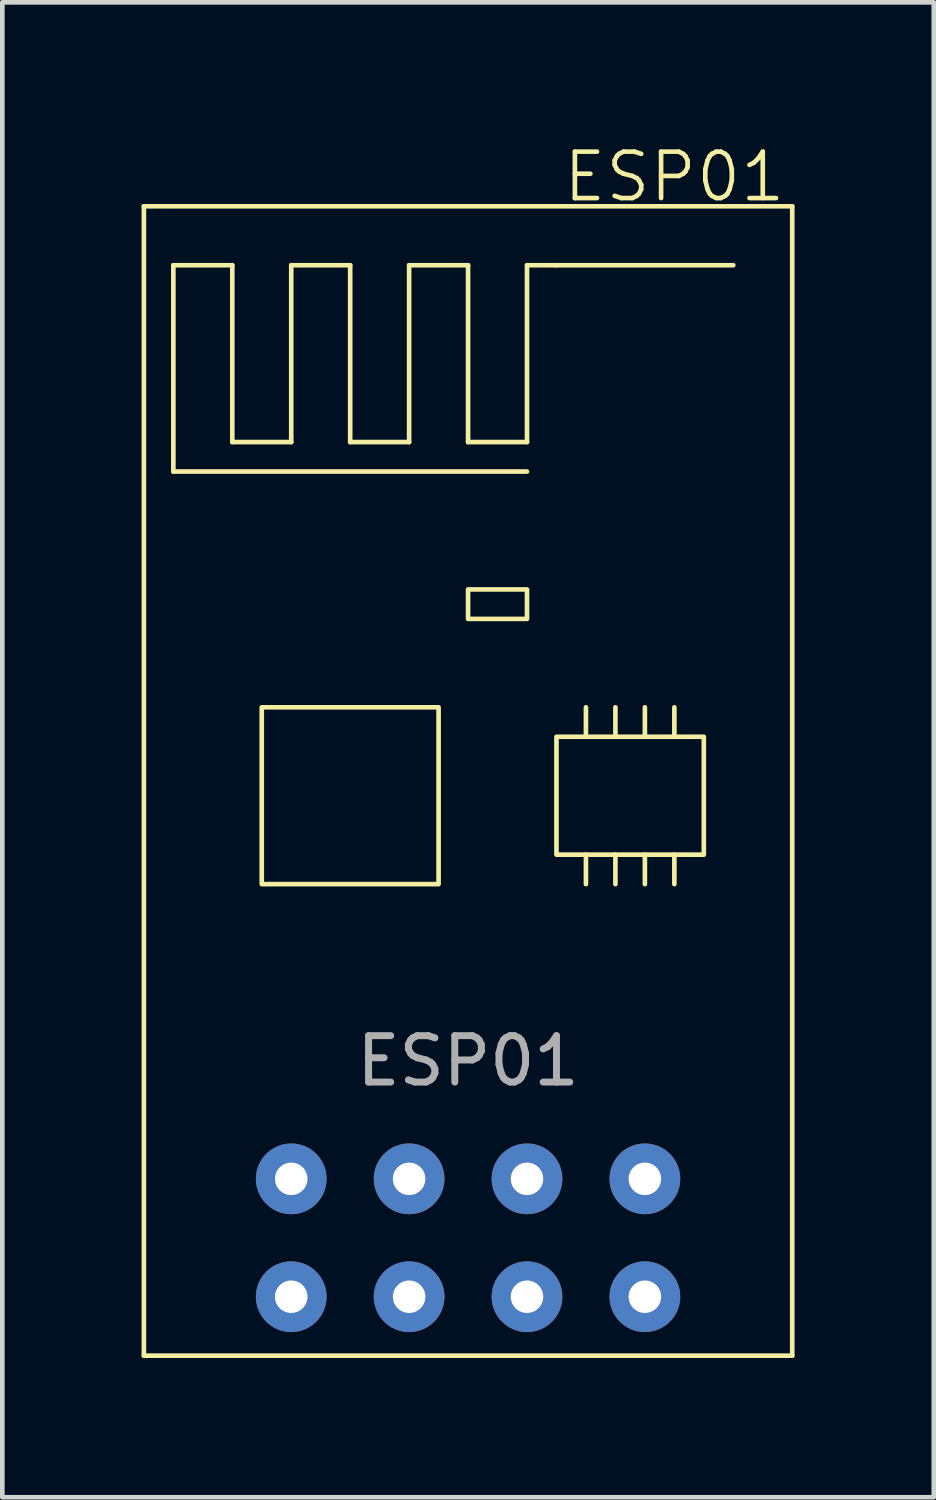
<source format=kicad_pcb>
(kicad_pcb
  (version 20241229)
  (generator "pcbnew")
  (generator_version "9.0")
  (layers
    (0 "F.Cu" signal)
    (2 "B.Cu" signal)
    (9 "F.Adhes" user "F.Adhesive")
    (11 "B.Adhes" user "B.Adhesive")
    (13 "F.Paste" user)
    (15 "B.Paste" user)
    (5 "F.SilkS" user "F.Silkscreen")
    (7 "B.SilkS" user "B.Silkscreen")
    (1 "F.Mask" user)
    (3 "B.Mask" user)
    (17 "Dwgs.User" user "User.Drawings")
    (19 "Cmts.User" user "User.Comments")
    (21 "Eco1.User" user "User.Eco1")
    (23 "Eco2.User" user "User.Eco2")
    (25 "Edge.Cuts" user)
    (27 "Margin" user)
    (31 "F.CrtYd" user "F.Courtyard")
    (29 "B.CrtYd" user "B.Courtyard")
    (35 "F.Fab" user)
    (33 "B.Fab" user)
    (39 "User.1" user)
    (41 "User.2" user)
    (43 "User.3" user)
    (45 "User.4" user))
  (footprint "ESP01"
    (layer "F.Cu")
    (at 7.035 13.46)
    (property "Reference" "ESP01" (at 4.445 -12.7 0) (unlocked yes) (layer "F.SilkS") (effects (font (size 1 1) (thickness 0.1))))
    (attr through_hole)
    (fp_line (start -6.985 -12.065) (end -6.985 12.7) (stroke (width 0.1) (type default)) (layer "F.SilkS"))
    (fp_line (start -6.35 -10.795) (end -6.35 -6.35) (stroke (width 0.1) (type default)) (layer "F.SilkS"))
    (fp_line (start -6.35 -6.35) (end 1.27 -6.35) (stroke (width 0.1) (type default)) (layer "F.SilkS"))
    (fp_line (start -5.08 -10.795) (end -6.35 -10.795) (stroke (width 0.1) (type default)) (layer "F.SilkS"))
    (fp_line (start -5.08 -6.985) (end -5.08 -10.795) (stroke (width 0.1) (type default)) (layer "F.SilkS"))
    (fp_line (start -3.81 -10.795) (end -3.81 -6.985) (stroke (width 0.1) (type default)) (layer "F.SilkS"))
    (fp_line (start -3.81 -6.985) (end -5.08 -6.985) (stroke (width 0.1) (type default)) (layer "F.SilkS"))
    (fp_line (start -2.54 -10.795) (end -3.81 -10.795) (stroke (width 0.1) (type default)) (layer "F.SilkS"))
    (fp_line (start -2.54 -6.985) (end -2.54 -10.795) (stroke (width 0.1) (type default)) (layer "F.SilkS"))
    (fp_line (start -1.27 -10.795) (end -1.27 -6.985) (stroke (width 0.1) (type default)) (layer "F.SilkS"))
    (fp_line (start -1.27 -6.985) (end -2.54 -6.985) (stroke (width 0.1) (type default)) (layer "F.SilkS"))
    (fp_line (start 0 -10.795) (end -1.27 -10.795) (stroke (width 0.1) (type default)) (layer "F.SilkS"))
    (fp_line (start 0 -6.985) (end 0 -10.795) (stroke (width 0.1) (type default)) (layer "F.SilkS"))
    (fp_line (start 1.27 -10.795) (end 1.27 -6.985) (stroke (width 0.1) (type default)) (layer "F.SilkS"))
    (fp_line (start 1.27 -6.985) (end 0 -6.985) (stroke (width 0.1) (type default)) (layer "F.SilkS"))
    (fp_line (start 1.905 -10.795) (end 1.27 -10.795) (stroke (width 0.1) (type default)) (layer "F.SilkS"))
    (fp_line (start 2.54 -0.635) (end 2.54 -1.27) (stroke (width 0.1) (type default)) (layer "F.SilkS"))
    (fp_line (start 2.54 1.905) (end 2.54 2.54) (stroke (width 0.1) (type default)) (layer "F.SilkS"))
    (fp_line (start 3.175 -0.635) (end 3.175 -1.27) (stroke (width 0.1) (type default)) (layer "F.SilkS"))
    (fp_line (start 3.175 1.905) (end 3.175 2.54) (stroke (width 0.1) (type default)) (layer "F.SilkS"))
    (fp_line (start 3.81 -0.635) (end 3.81 -1.27) (stroke (width 0.1) (type default)) (layer "F.SilkS"))
    (fp_line (start 3.81 1.905) (end 3.81 2.54) (stroke (width 0.1) (type default)) (layer "F.SilkS"))
    (fp_line (start 4.445 -0.635) (end 4.445 -1.27) (stroke (width 0.1) (type default)) (layer "F.SilkS"))
    (fp_line (start 4.445 1.905) (end 4.445 2.54) (stroke (width 0.1) (type default)) (layer "F.SilkS"))
    (fp_line (start 5.715 -10.795) (end 1.905 -10.795) (stroke (width 0.1) (type default)) (layer "F.SilkS"))
    (fp_line (start 6.985 -12.065) (end -6.985 -12.065) (stroke (width 0.1) (type default)) (layer "F.SilkS"))
    (fp_line (start 6.985 12.7) (end -6.985 12.7) (stroke (width 0.1) (type default)) (layer "F.SilkS"))
    (fp_line (start 6.985 12.7) (end 6.985 -12.065) (stroke (width 0.1) (type default)) (layer "F.SilkS"))
    (fp_rect (start -4.445 -1.27) (end -0.635 2.54) (stroke (width 0.1) (type default)) (fill no) (layer "F.SilkS"))
    (fp_rect (start 0 -3.81) (end 1.27 -3.175) (stroke (width 0.1) (type default)) (fill no) (layer "F.SilkS"))
    (fp_rect (start 1.905 -0.635) (end 5.08 1.905) (stroke (width 0.1) (type default)) (fill no) (layer "F.SilkS"))
    (fp_text user "${REFERENCE}" (at 0 6.35 0) (unlocked yes) (layer "F.Fab") (effects (font (size 1 1) (thickness 0.15))))
    (pad "1" thru_hole circle (at -3.81 8.89) (size 1.524 1.524) (drill 0.7) (layers "*.Cu" "*.Mask"))
    (pad "2" thru_hole circle (at -3.81 11.43) (size 1.524 1.524) (drill 0.7) (layers "*.Cu" "*.Mask"))
    (pad "3" thru_hole circle (at -1.27 8.89) (size 1.524 1.524) (drill 0.7) (layers "*.Cu" "*.Mask"))
    (pad "4" thru_hole circle (at -1.27 11.43) (size 1.524 1.524) (drill 0.7) (layers "*.Cu" "*.Mask"))
    (pad "5" thru_hole circle (at 1.27 8.89) (size 1.524 1.524) (drill 0.7) (layers "*.Cu" "*.Mask"))
    (pad "6" thru_hole circle (at 1.27 11.43) (size 1.524 1.524) (drill 0.7) (layers "*.Cu" "*.Mask"))
    (pad "7" thru_hole circle (at 3.81 8.89) (size 1.524 1.524) (drill 0.7) (layers "*.Cu" "*.Mask"))
    (pad "8" thru_hole circle (at 3.81 11.43) (size 1.524 1.524) (drill 0.7) (layers "*.Cu" "*.Mask")))
  (gr_rect
    (start -3 -3)
    (end 17.07 29.21)
    (stroke (width 0.1) (type default))
    (fill no)
    (layer "Edge.Cuts")))
</source>
